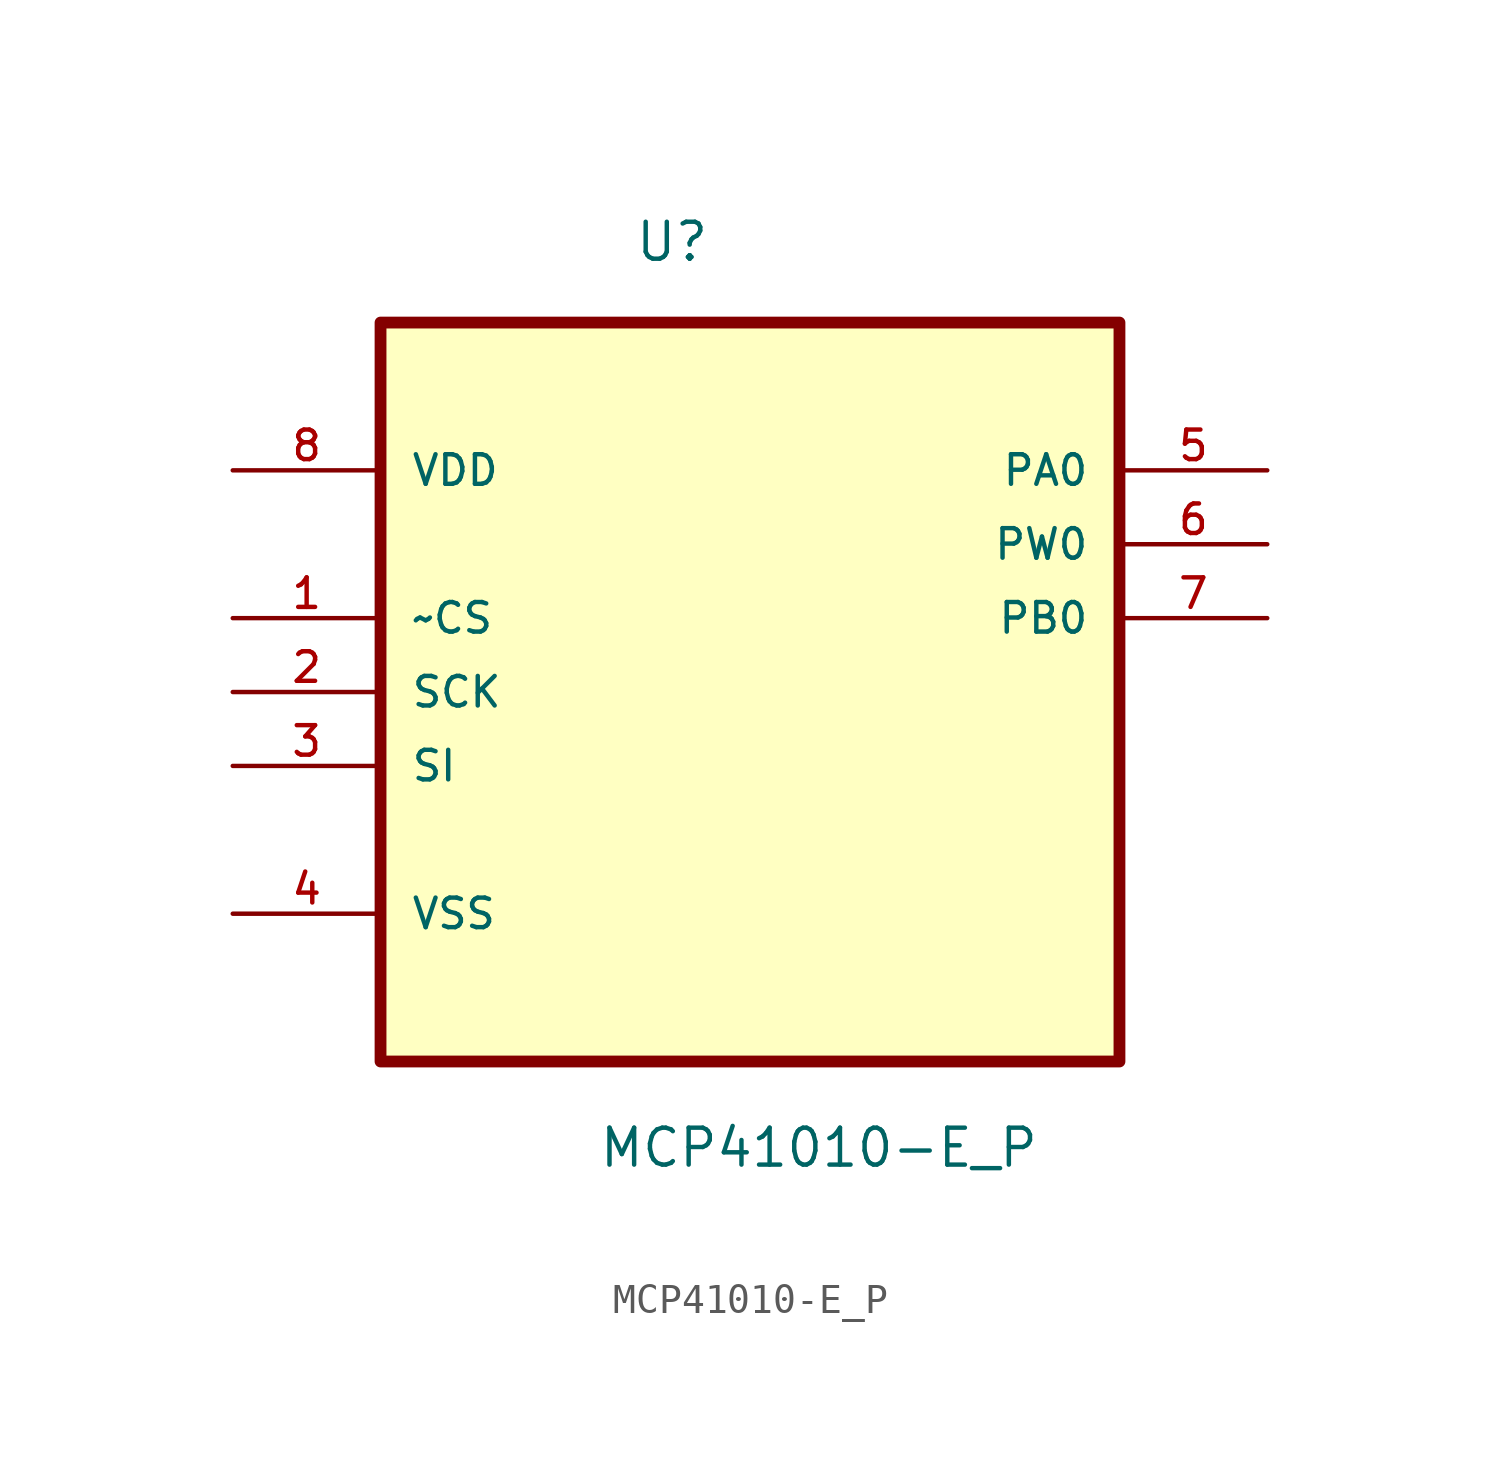
<source format=kicad_sym>
(kicad_symbol_lib
  (version 20211014)
  (generator kicad_symbol_editor)
  (symbol "MCP41010-E_P"
    (pin_names
      (offset 1.016))
    (property "Reference" "U"
      (at -3.988 12.192 0.0)
      (effects (font (size 1.27 1.27)) (justify bottom left)))
    (property "Value" "MCP41010-E_P"
      (at -5.232 -18.948 0.0)
      (effects (font (size 1.27 1.27)) (justify bottom left)))
    (symbol "MCP41010-E_P_0_0"
      (rectangle (start -12.7 -15.24) (end 12.7 10.16) (stroke (width 0.406)) (fill (type background)))
      (pin power_in line (at -17.78 5.08 0) (length 5.08) (name "VDD" (effects (font (size 1.016 1.016)))) (number "8" (effects (font (size 1.016 1.016)))))
      (pin input line (at -17.78 0.0 0) (length 5.08) (name "~CS" (effects (font (size 1.016 1.016)))) (number "1" (effects (font (size 1.016 1.016)))))
      (pin input line (at -17.78 -2.54 0) (length 5.08) (name "SCK" (effects (font (size 1.016 1.016)))) (number "2" (effects (font (size 1.016 1.016)))))
      (pin input line (at -17.78 -5.08 0) (length 5.08) (name "SI" (effects (font (size 1.016 1.016)))) (number "3" (effects (font (size 1.016 1.016)))))
      (pin passive line (at -17.78 -10.16 0) (length 5.08) (name "VSS" (effects (font (size 1.016 1.016)))) (number "4" (effects (font (size 1.016 1.016)))))
      (pin passive line (at 17.78 5.08 180.0) (length 5.08) (name "PA0" (effects (font (size 1.016 1.016)))) (number "5" (effects (font (size 1.016 1.016)))))
      (pin passive line (at 17.78 2.54 180.0) (length 5.08) (name "PW0" (effects (font (size 1.016 1.016)))) (number "6" (effects (font (size 1.016 1.016)))))
      (pin passive line (at 17.78 0.0 180.0) (length 5.08) (name "PB0" (effects (font (size 1.016 1.016)))) (number "7" (effects (font (size 1.016 1.016))))))))
</source>
